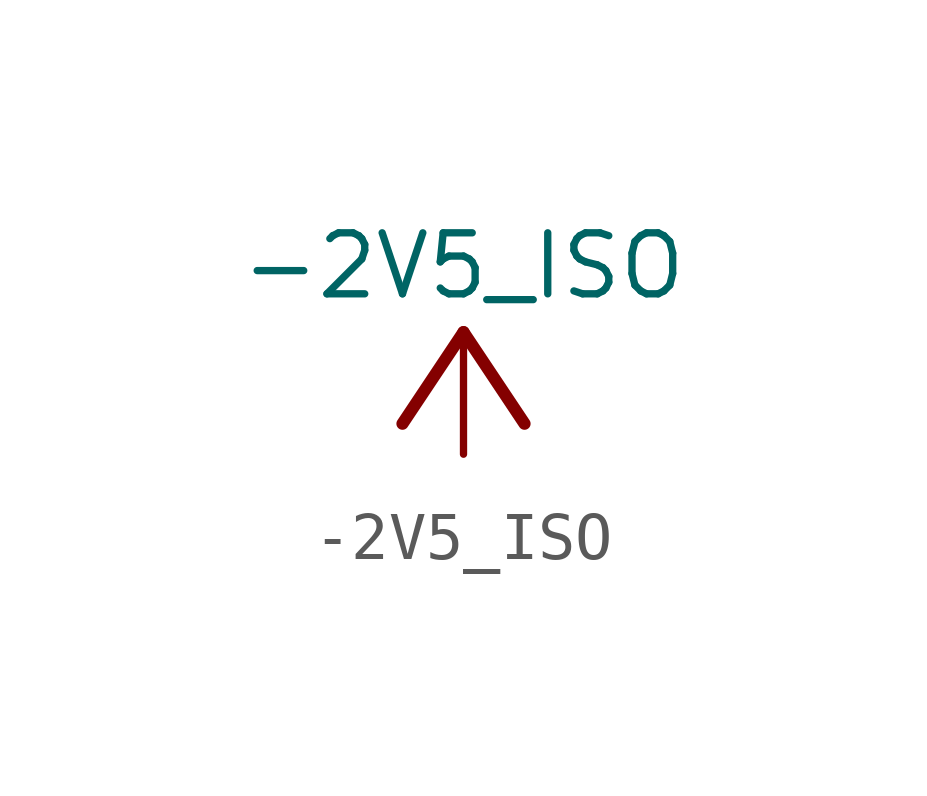
<source format=kicad_sym>
(kicad_symbol_lib
  (version 20241209)
  (generator "kicad_symbol_editor")
  (generator_version "9.0")
  (symbol "-2V5_ISO"
    (power)
    (property "Reference" "#-2V5_ISO"
      (at 0 0 0)
      (effects (font (size 1.27 1.27)) (hide yes)))
    (property "Value" "-2V5_ISO"
      (at 0 3.175 0)
      (effects (font (size 1.27 1.27)) (justify bottom)))
    (property "ki_locked" ""
      (at 0 0 0)
      (effects (font (size 1.27 1.27))))
    (symbol "-2V5_ISO_1_0"
      (polyline (pts (xy 0 2.54) (xy -1.27 0.635)) (stroke (width 0.254) (type solid)) (fill (type none)))
      (polyline (pts (xy 1.27 0.635) (xy 0 2.54)) (stroke (width 0.254) (type solid)) (fill (type none)))
      (pin power_in line (at 0 0 90) (length 2.54) (name "-2V5_ISO" (effects (font (size 0 0)))) (number "1" (effects (font (size 0 0))))))))
</source>
